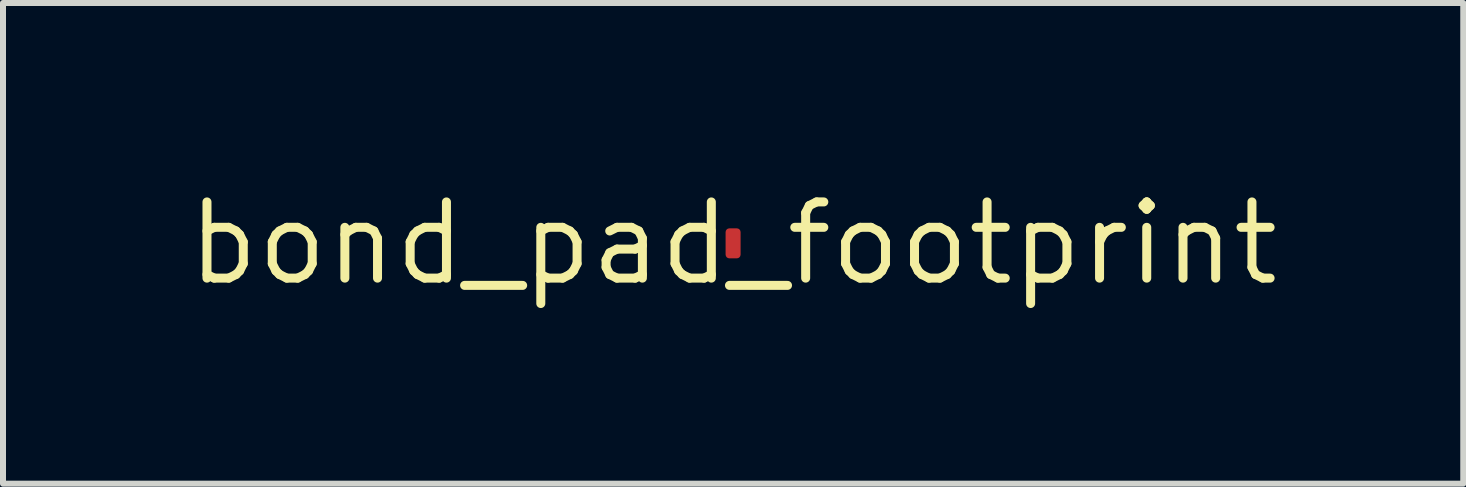
<source format=kicad_pcb>
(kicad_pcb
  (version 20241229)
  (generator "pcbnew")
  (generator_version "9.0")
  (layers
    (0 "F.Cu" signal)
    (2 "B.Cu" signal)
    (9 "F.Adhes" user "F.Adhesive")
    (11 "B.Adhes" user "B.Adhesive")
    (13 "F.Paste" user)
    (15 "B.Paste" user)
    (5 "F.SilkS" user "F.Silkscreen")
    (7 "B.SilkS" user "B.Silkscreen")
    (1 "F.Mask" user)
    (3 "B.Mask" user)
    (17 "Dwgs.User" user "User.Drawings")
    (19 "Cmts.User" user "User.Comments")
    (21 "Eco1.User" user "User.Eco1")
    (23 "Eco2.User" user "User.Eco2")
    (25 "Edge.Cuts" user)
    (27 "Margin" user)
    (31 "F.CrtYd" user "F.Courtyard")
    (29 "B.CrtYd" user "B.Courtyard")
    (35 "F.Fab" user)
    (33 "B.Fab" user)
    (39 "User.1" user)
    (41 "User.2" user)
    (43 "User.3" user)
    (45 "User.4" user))
  (footprint "bond_pad_footprint"
    (layer "F.Cu")
    (at 9.169 1.006)
    (property "Reference" "bond_pad_footprint" (at 0 0 0) (layer "F.SilkS") (effects (font (size 1.27 1.27) (thickness 0.15))))
    (fp_rect (start -0.125 -0.25) (end 0.125 0.25) (stroke (width 0.01) (type solid)) (fill yes) (layer "F.Mask"))
    (pad "9" smd roundrect (at 0 0) (size 0.25 0.5) (layers "F.Cu") (roundrect_rratio 0.25)))
  (gr_rect
    (start -3 -3)
    (end 21.339 5.012)
    (stroke (width 0.1) (type default))
    (fill no)
    (layer "Edge.Cuts")))
</source>
